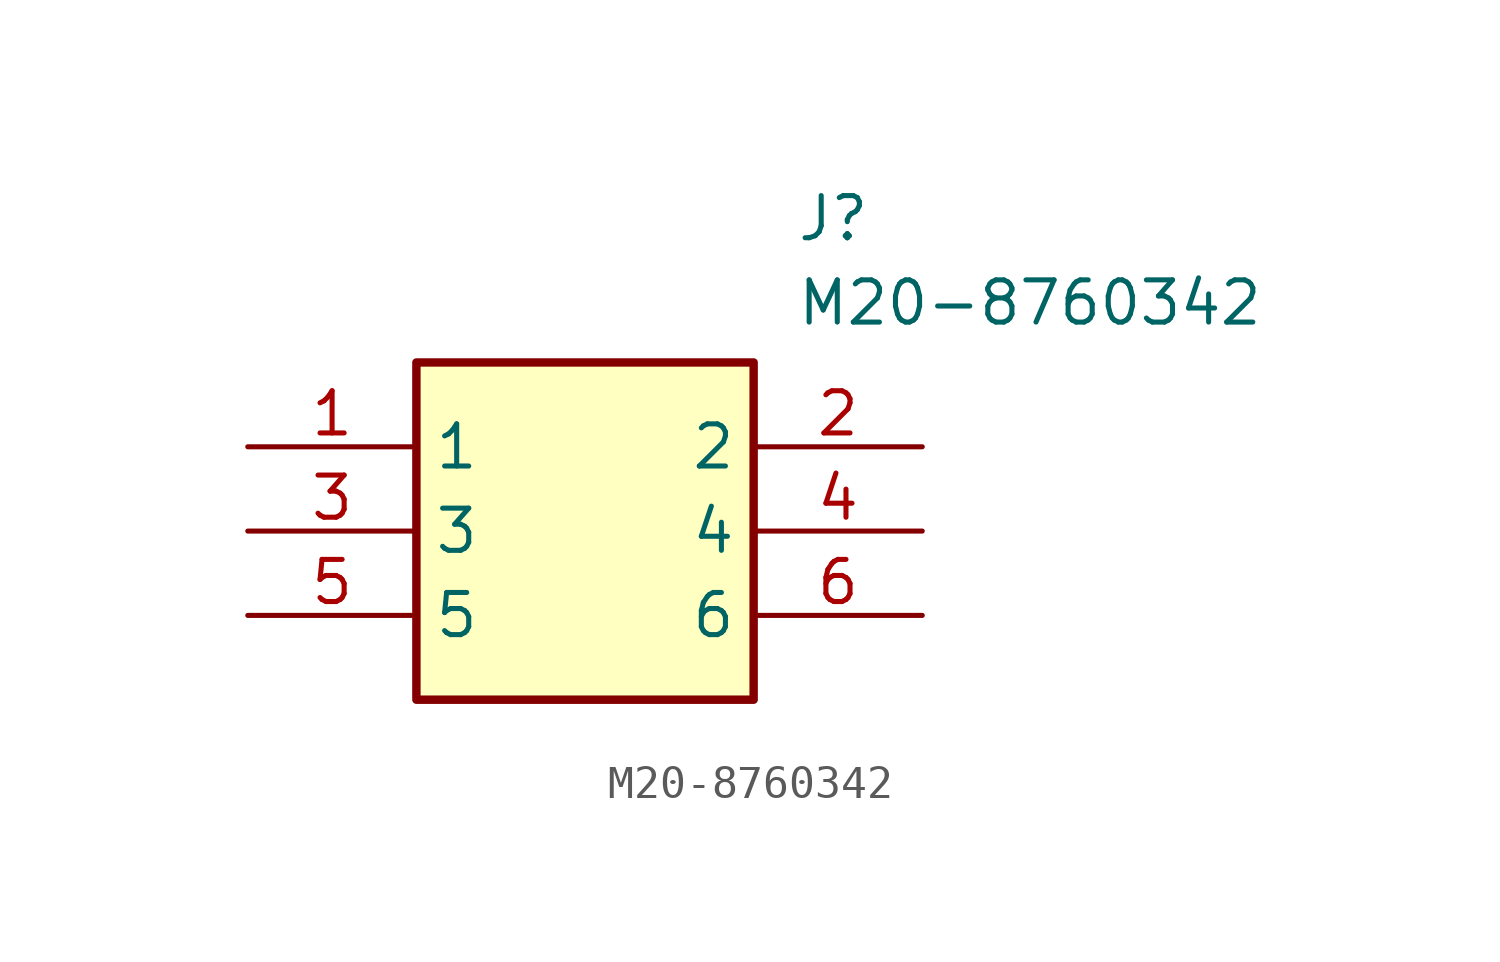
<source format=kicad_sym>
(kicad_symbol_lib
  (version 20211014)
  (generator SamacSys_ECAD_Model)
  (symbol "M20-8760342"
    (property "Reference" "J"
      (at 16.51 7.62 0)
      (effects (font (size 1.27 1.27)) (justify left top)))
    (property "Value" "M20-8760342"
      (at 16.51 5.08 0)
      (effects (font (size 1.27 1.27)) (justify left top)))
    (rectangle
      (start 5.08 2.54)
      (end 15.24 -7.62)
      (stroke (width 0.254) (type default))
      (fill (type background)))
    (pin passive line
      (at 0 0 0)
      (length 5.08)
      (name "1" (effects (font (size 1.27 1.27))))
      (number "1" (effects (font (size 1.27 1.27)))))
    (pin passive line
      (at 20.32 0 180)
      (length 5.08)
      (name "2" (effects (font (size 1.27 1.27))))
      (number "2" (effects (font (size 1.27 1.27)))))
    (pin passive line
      (at 0 -2.54 0)
      (length 5.08)
      (name "3" (effects (font (size 1.27 1.27))))
      (number "3" (effects (font (size 1.27 1.27)))))
    (pin passive line
      (at 20.32 -2.54 180)
      (length 5.08)
      (name "4" (effects (font (size 1.27 1.27))))
      (number "4" (effects (font (size 1.27 1.27)))))
    (pin passive line
      (at 0 -5.08 0)
      (length 5.08)
      (name "5" (effects (font (size 1.27 1.27))))
      (number "5" (effects (font (size 1.27 1.27)))))
    (pin passive line
      (at 20.32 -5.08 180)
      (length 5.08)
      (name "6" (effects (font (size 1.27 1.27))))
      (number "6" (effects (font (size 1.27 1.27)))))))
</source>
